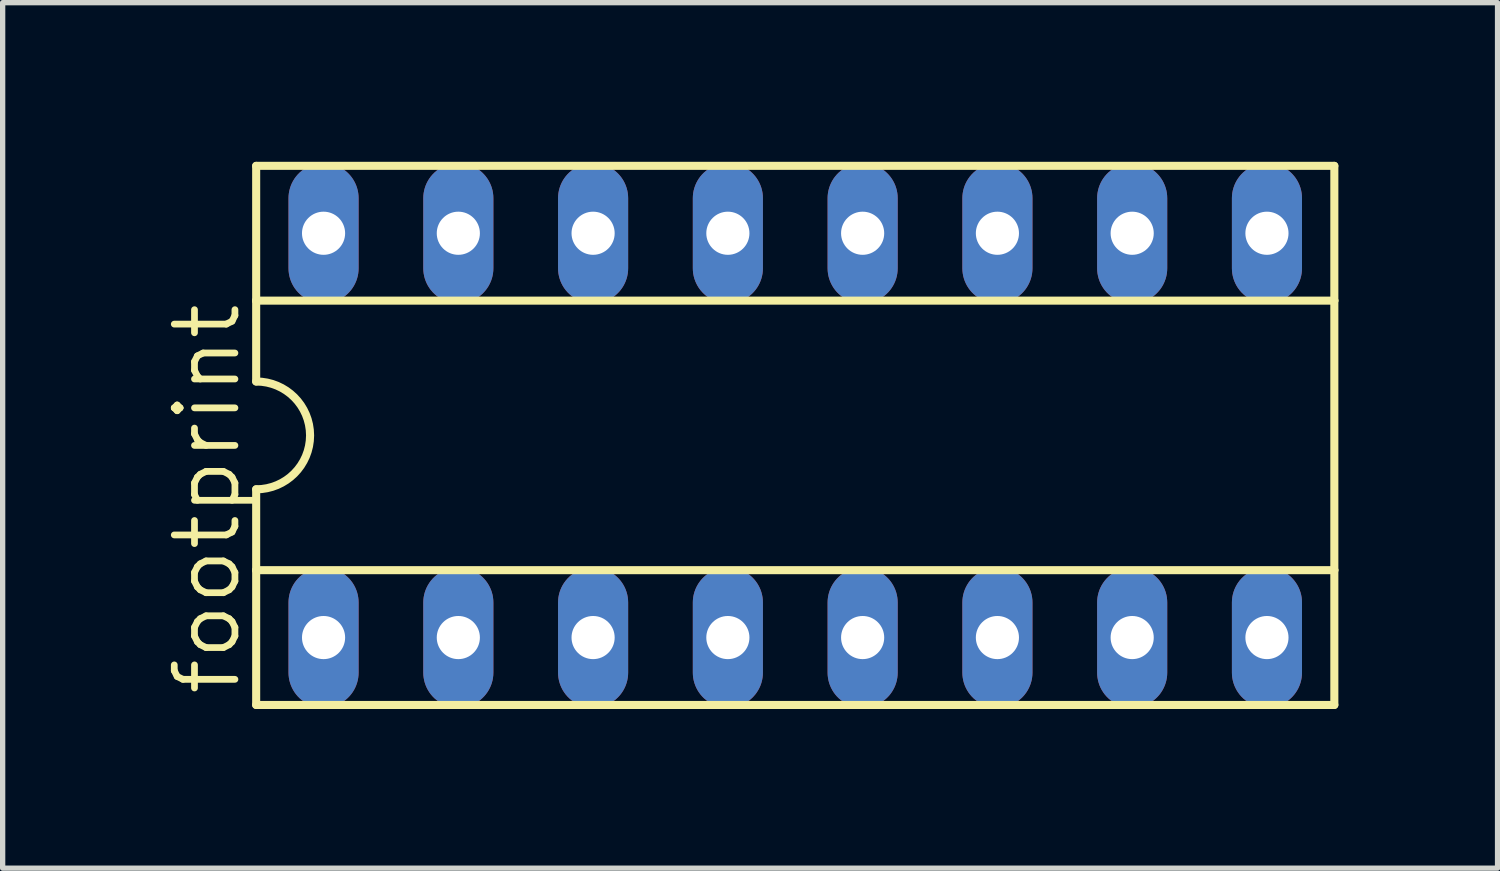
<source format=kicad_pcb>
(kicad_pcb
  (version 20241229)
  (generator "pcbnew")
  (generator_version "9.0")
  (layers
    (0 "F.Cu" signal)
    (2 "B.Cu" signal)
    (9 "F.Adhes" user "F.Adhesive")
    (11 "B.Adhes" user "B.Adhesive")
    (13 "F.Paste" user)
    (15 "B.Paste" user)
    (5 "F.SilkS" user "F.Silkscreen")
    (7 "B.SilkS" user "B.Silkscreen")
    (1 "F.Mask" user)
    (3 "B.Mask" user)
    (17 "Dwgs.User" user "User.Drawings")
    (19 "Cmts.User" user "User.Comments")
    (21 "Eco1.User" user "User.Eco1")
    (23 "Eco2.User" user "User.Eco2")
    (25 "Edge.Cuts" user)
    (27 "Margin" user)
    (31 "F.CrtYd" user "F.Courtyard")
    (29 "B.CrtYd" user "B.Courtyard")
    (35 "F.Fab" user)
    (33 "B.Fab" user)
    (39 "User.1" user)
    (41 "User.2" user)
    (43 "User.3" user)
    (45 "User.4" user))
  (footprint "footprint"
    (layer "F.Cu")
    (at 11.938 5.156)
    (property "Reference" "footprint" (at -10.414 4.953 90) (layer "F.SilkS") (effects (font (size 1.143 1.143) (thickness 0.127)) (justify left bottom)))
    (fp_line (start -10.16 -5.08) (end -10.16 -2.54) (stroke (width 0.152) (type solid)) (layer "F.SilkS"))
    (fp_line (start -10.16 -2.54) (end -10.16 -1.016) (stroke (width 0.152) (type solid)) (layer "F.SilkS"))
    (fp_line (start -10.16 -2.54) (end 10.16 -2.54) (stroke (width 0.152) (type solid)) (layer "F.SilkS"))
    (fp_line (start -10.16 2.54) (end -10.16 1.016) (stroke (width 0.152) (type solid)) (layer "F.SilkS"))
    (fp_line (start -10.16 2.54) (end 10.16 2.54) (stroke (width 0.152) (type solid)) (layer "F.SilkS"))
    (fp_line (start -10.16 5.08) (end -10.16 2.54) (stroke (width 0.152) (type solid)) (layer "F.SilkS"))
    (fp_line (start -10.16 5.08) (end 10.16 5.08) (stroke (width 0.152) (type solid)) (layer "F.SilkS"))
    (fp_line (start 10.16 -5.08) (end -10.16 -5.08) (stroke (width 0.152) (type solid)) (layer "F.SilkS"))
    (fp_line (start 10.16 -5.08) (end 10.16 -2.54) (stroke (width 0.152) (type solid)) (layer "F.SilkS"))
    (fp_line (start 10.16 -2.54) (end 10.16 2.54) (stroke (width 0.152) (type solid)) (layer "F.SilkS"))
    (fp_line (start 10.16 2.54) (end 10.16 5.08) (stroke (width 0.152) (type solid)) (layer "F.SilkS"))
    (fp_arc (start -10.16 -1.016) (mid -9.144 0) (end -10.16 1.016) (stroke (width 0.1524) (type solid)) (layer "F.SilkS"))
    (pad "1" thru_hole oval (at -8.89 3.81 90) (size 2.642 1.321) (drill 0.813) (layers "*.Cu" "*.Mask"))
    (pad "2" thru_hole oval (at -6.35 3.81 90) (size 2.642 1.321) (drill 0.813) (layers "*.Cu" "*.Mask"))
    (pad "3" thru_hole oval (at -3.81 3.81 90) (size 2.642 1.321) (drill 0.813) (layers "*.Cu" "*.Mask"))
    (pad "4" thru_hole oval (at -1.27 3.81 90) (size 2.642 1.321) (drill 0.813) (layers "*.Cu" "*.Mask"))
    (pad "5" thru_hole oval (at 1.27 3.81 90) (size 2.642 1.321) (drill 0.813) (layers "*.Cu" "*.Mask"))
    (pad "6" thru_hole oval (at 3.81 3.81 90) (size 2.642 1.321) (drill 0.813) (layers "*.Cu" "*.Mask"))
    (pad "7" thru_hole oval (at 6.35 3.81 90) (size 2.642 1.321) (drill 0.813) (layers "*.Cu" "*.Mask"))
    (pad "8" thru_hole oval (at 8.89 3.81 90) (size 2.642 1.321) (drill 0.813) (layers "*.Cu" "*.Mask"))
    (pad "9" thru_hole oval (at 8.89 -3.81 90) (size 2.642 1.321) (drill 0.813) (layers "*.Cu" "*.Mask"))
    (pad "10" thru_hole oval (at 6.35 -3.81 90) (size 2.642 1.321) (drill 0.813) (layers "*.Cu" "*.Mask"))
    (pad "11" thru_hole oval (at 3.81 -3.81 90) (size 2.642 1.321) (drill 0.813) (layers "*.Cu" "*.Mask"))
    (pad "12" thru_hole oval (at 1.27 -3.81 90) (size 2.642 1.321) (drill 0.813) (layers "*.Cu" "*.Mask"))
    (pad "13" thru_hole oval (at -1.27 -3.81 90) (size 2.642 1.321) (drill 0.813) (layers "*.Cu" "*.Mask"))
    (pad "14" thru_hole oval (at -3.81 -3.81 90) (size 2.642 1.321) (drill 0.813) (layers "*.Cu" "*.Mask"))
    (pad "15" thru_hole oval (at -6.35 -3.81 90) (size 2.642 1.321) (drill 0.813) (layers "*.Cu" "*.Mask"))
    (pad "16" thru_hole oval (at -8.89 -3.81 90) (size 2.642 1.321) (drill 0.813) (layers "*.Cu" "*.Mask")))
  (gr_rect
    (start -3 -3)
    (end 25.174 13.312)
    (stroke (width 0.1) (type default))
    (fill no)
    (layer "Edge.Cuts")))
</source>
